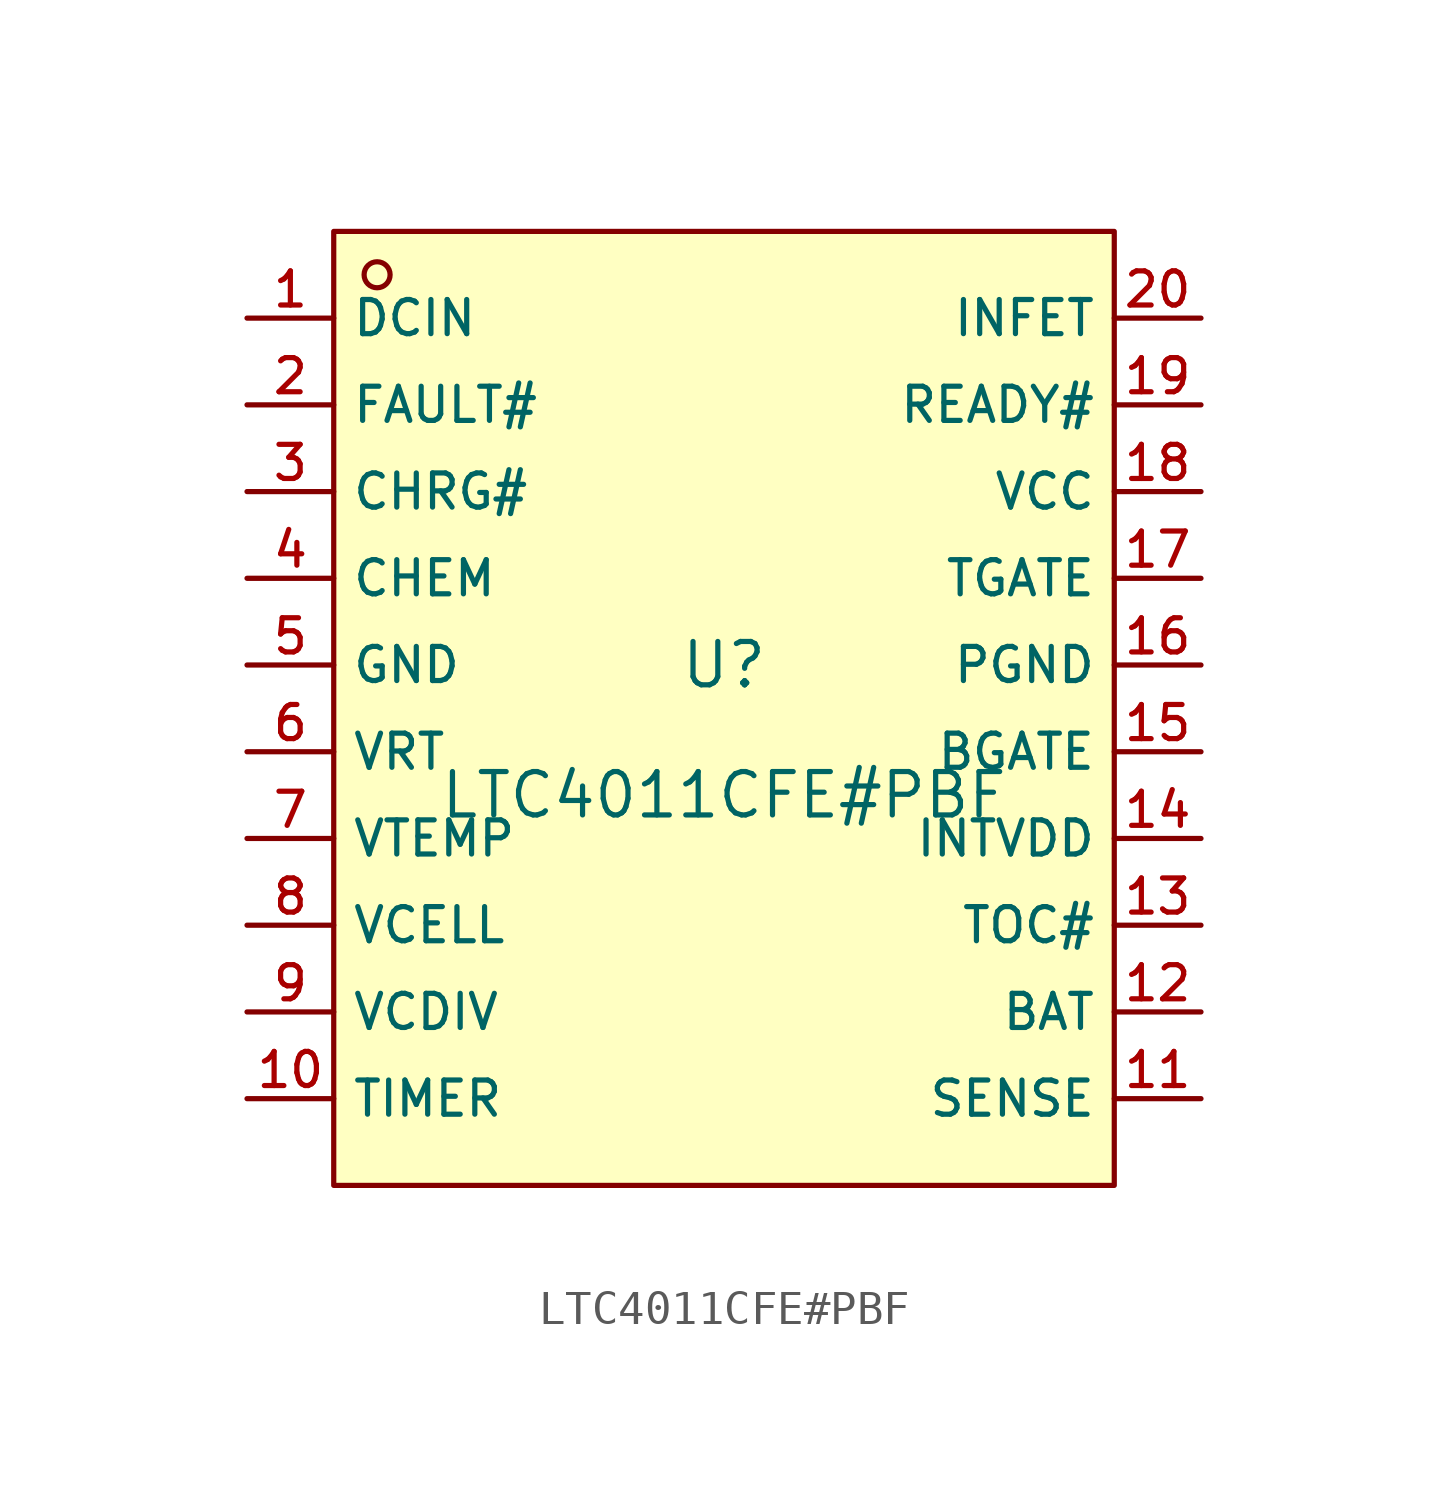
<source format=kicad_sym>
(kicad_symbol_lib
  (version 20210201)
  (generator TousstNicolas/JLC2KiCad_lib)
  (symbol "LTC4011CFE#PBF"
    (property "Reference" "U"
      (at 0 1.27 0)
      (effects (font (size 1.27 1.27))))
    (property "Value" "LTC4011CFE#PBF"
      (at 0 -2.54 0)
      (effects (font (size 1.27 1.27))))
    (symbol "LTC4011CFE#PBF_0_1"
      (rectangle (start -11.43 13.97) (end 11.43 -13.97) (stroke (width 0) (type default) (color 0 0 0 0)) (fill (type background)))
      (circle (center -10.16 12.7) (radius 0.381) (stroke (width 0) (type default) (color 0 0 0 0)) (fill (type background)))
      (pin unspecified line (at -13.97 11.43 0) (length 2.54) (name "DCIN" (effects (font (size 1 1)))) (number "1" (effects (font (size 1 1)))))
      (pin unspecified line (at -13.97 8.89 0) (length 2.54) (name "FAULT#" (effects (font (size 1 1)))) (number "2" (effects (font (size 1 1)))))
      (pin unspecified line (at -13.97 6.35 0) (length 2.54) (name "CHRG#" (effects (font (size 1 1)))) (number "3" (effects (font (size 1 1)))))
      (pin unspecified line (at -13.97 3.81 0) (length 2.54) (name "CHEM" (effects (font (size 1 1)))) (number "4" (effects (font (size 1 1)))))
      (pin unspecified line (at -13.97 1.27 0) (length 2.54) (name "GND" (effects (font (size 1 1)))) (number "5" (effects (font (size 1 1)))))
      (pin unspecified line (at -13.97 -1.27 0) (length 2.54) (name "VRT" (effects (font (size 1 1)))) (number "6" (effects (font (size 1 1)))))
      (pin unspecified line (at -13.97 -3.81 0) (length 2.54) (name "VTEMP" (effects (font (size 1 1)))) (number "7" (effects (font (size 1 1)))))
      (pin unspecified line (at -13.97 -6.35 0) (length 2.54) (name "VCELL" (effects (font (size 1 1)))) (number "8" (effects (font (size 1 1)))))
      (pin unspecified line (at -13.97 -8.89 0) (length 2.54) (name "VCDIV" (effects (font (size 1 1)))) (number "9" (effects (font (size 1 1)))))
      (pin unspecified line (at -13.97 -11.43 0) (length 2.54) (name "TIMER" (effects (font (size 1 1)))) (number "10" (effects (font (size 1 1)))))
      (pin unspecified line (at 13.97 -11.43 180) (length 2.54) (name "SENSE" (effects (font (size 1 1)))) (number "11" (effects (font (size 1 1)))))
      (pin unspecified line (at 13.97 -8.89 180) (length 2.54) (name "BAT" (effects (font (size 1 1)))) (number "12" (effects (font (size 1 1)))))
      (pin unspecified line (at 13.97 -6.35 180) (length 2.54) (name "TOC#" (effects (font (size 1 1)))) (number "13" (effects (font (size 1 1)))))
      (pin unspecified line (at 13.97 -3.81 180) (length 2.54) (name "INTVDD" (effects (font (size 1 1)))) (number "14" (effects (font (size 1 1)))))
      (pin unspecified line (at 13.97 -1.27 180) (length 2.54) (name "BGATE" (effects (font (size 1 1)))) (number "15" (effects (font (size 1 1)))))
      (pin unspecified line (at 13.97 1.27 180) (length 2.54) (name "PGND" (effects (font (size 1 1)))) (number "16" (effects (font (size 1 1)))))
      (pin unspecified line (at 13.97 3.81 180) (length 2.54) (name "TGATE" (effects (font (size 1 1)))) (number "17" (effects (font (size 1 1)))))
      (pin unspecified line (at 13.97 6.35 180) (length 2.54) (name "VCC" (effects (font (size 1 1)))) (number "18" (effects (font (size 1 1)))))
      (pin unspecified line (at 13.97 8.89 180) (length 2.54) (name "READY#" (effects (font (size 1 1)))) (number "19" (effects (font (size 1 1)))))
      (pin unspecified line (at 13.97 11.43 180) (length 2.54) (name "INFET" (effects (font (size 1 1)))) (number "20" (effects (font (size 1 1))))))))
</source>
